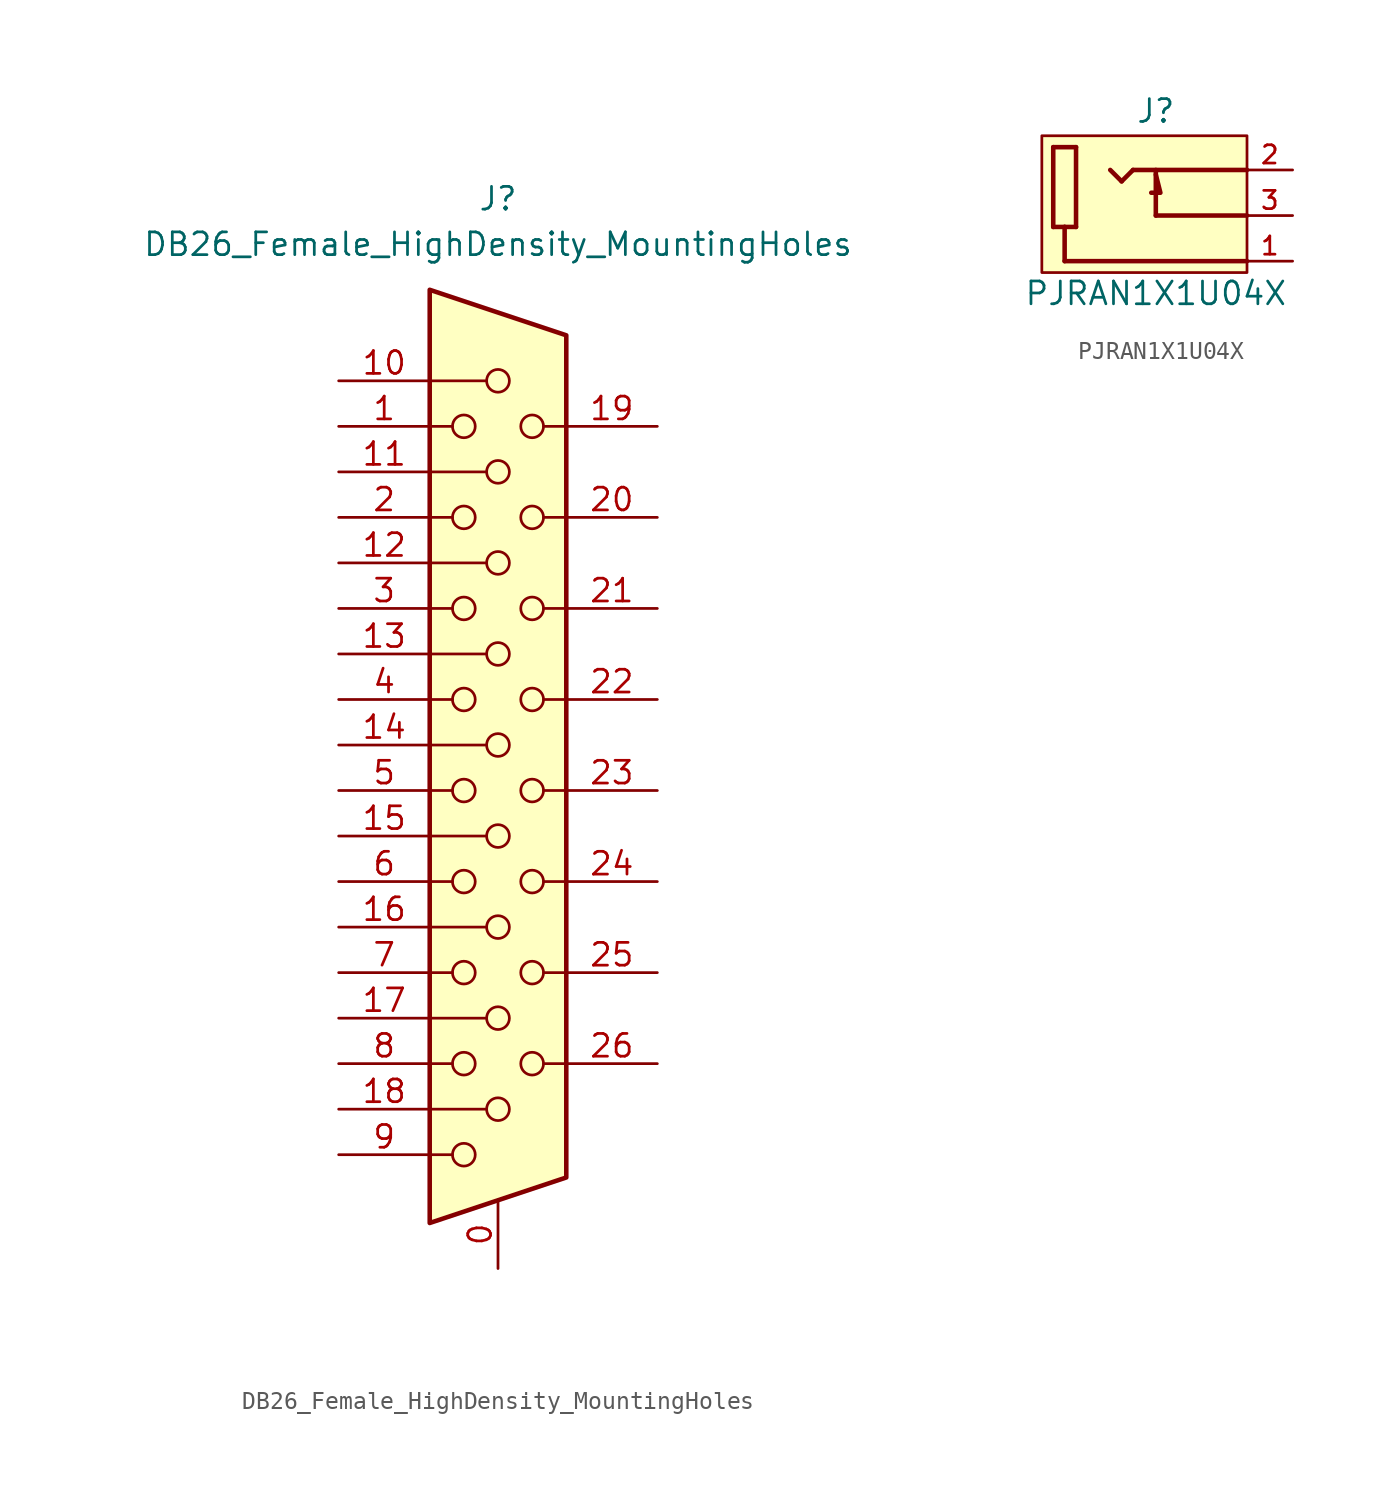
<source format=kicad_sym>
(kicad_symbol_lib
  (version 20220914)
  (generator kicad_symbol_editor)
  (symbol "DB26_Female_HighDensity_MountingHoles"
    (pin_names
      (offset 1.016) hide)
    (property "Reference" "J"
      (at 0 33.02 0)
      (effects (font (size 1.27 1.27))))
    (property "Value" "DB26_Female_HighDensity_MountingHoles"
      (at 0 30.48 0)
      (effects (font (size 1.27 1.27))))
    (symbol "DB26_Female_HighDensity_MountingHoles_0_1"
      (circle (center -1.905 -20.32) (radius 0.635) (stroke (width 0) (type default)) (fill (type none)))
      (circle (center -1.905 -15.24) (radius 0.635) (stroke (width 0) (type default)) (fill (type none)))
      (circle (center -1.905 -10.16) (radius 0.635) (stroke (width 0) (type default)) (fill (type none)))
      (circle (center -1.905 -5.08) (radius 0.635) (stroke (width 0) (type default)) (fill (type none)))
      (circle (center -1.905 0) (radius 0.635) (stroke (width 0) (type default)) (fill (type none)))
      (circle (center -1.905 5.08) (radius 0.635) (stroke (width 0) (type default)) (fill (type none)))
      (circle (center -1.905 10.16) (radius 0.635) (stroke (width 0) (type default)) (fill (type none)))
      (circle (center -1.905 15.24) (radius 0.635) (stroke (width 0) (type default)) (fill (type none)))
      (circle (center -1.905 20.32) (radius 0.635) (stroke (width 0) (type default)) (fill (type none)))
      (circle (center 0 -17.78) (radius 0.635) (stroke (width 0) (type default)) (fill (type none)))
      (circle (center 0 -12.7) (radius 0.635) (stroke (width 0) (type default)) (fill (type none)))
      (circle (center 0 -7.62) (radius 0.635) (stroke (width 0) (type default)) (fill (type none)))
      (circle (center 0 -2.54) (radius 0.635) (stroke (width 0) (type default)) (fill (type none)))
      (polyline (pts (xy -3.81 7.62) (xy -0.635 7.62)) (stroke (width 0) (type default)) (fill (type none)))
      (polyline (pts (xy -2.54 -20.32) (xy -3.81 -20.32)) (stroke (width 0) (type default)) (fill (type none)))
      (polyline (pts (xy -2.54 -15.24) (xy -3.81 -15.24)) (stroke (width 0) (type default)) (fill (type none)))
      (polyline (pts (xy -2.54 -10.16) (xy -3.81 -10.16)) (stroke (width 0) (type default)) (fill (type none)))
      (polyline (pts (xy -2.54 -5.08) (xy -3.81 -5.08)) (stroke (width 0) (type default)) (fill (type none)))
      (polyline (pts (xy -2.54 0) (xy -3.81 0)) (stroke (width 0) (type default)) (fill (type none)))
      (polyline (pts (xy -2.54 5.08) (xy -3.81 5.08)) (stroke (width 0) (type default)) (fill (type none)))
      (polyline (pts (xy -2.54 10.16) (xy -3.81 10.16)) (stroke (width 0) (type default)) (fill (type none)))
      (polyline (pts (xy -2.54 15.24) (xy -3.81 15.24)) (stroke (width 0) (type default)) (fill (type none)))
      (polyline (pts (xy -2.54 20.32) (xy -3.81 20.32)) (stroke (width 0) (type default)) (fill (type none)))
      (polyline (pts (xy -0.635 -17.78) (xy -3.81 -17.78)) (stroke (width 0) (type default)) (fill (type none)))
      (polyline (pts (xy -0.635 -12.7) (xy -3.81 -12.7)) (stroke (width 0) (type default)) (fill (type none)))
      (polyline (pts (xy -0.635 -7.62) (xy -3.81 -7.62)) (stroke (width 0) (type default)) (fill (type none)))
      (polyline (pts (xy -0.635 -2.54) (xy -3.81 -2.54)) (stroke (width 0) (type default)) (fill (type none)))
      (polyline (pts (xy -0.635 2.54) (xy -3.81 2.54)) (stroke (width 0) (type default)) (fill (type none)))
      (polyline (pts (xy -0.635 12.7) (xy -3.81 12.7)) (stroke (width 0) (type default)) (fill (type none)))
      (polyline (pts (xy -0.635 17.78) (xy -3.81 17.78)) (stroke (width 0) (type default)) (fill (type none)))
      (polyline (pts (xy -0.635 22.86) (xy -3.81 22.86)) (stroke (width 0) (type default)) (fill (type none)))
      (polyline (pts (xy 3.81 -15.24) (xy 2.54 -15.24)) (stroke (width 0) (type default)) (fill (type none)))
      (polyline (pts (xy 3.81 -10.16) (xy 2.54 -10.16)) (stroke (width 0) (type default)) (fill (type none)))
      (polyline (pts (xy 3.81 -5.08) (xy 2.54 -5.08)) (stroke (width 0) (type default)) (fill (type none)))
      (polyline (pts (xy 3.81 0) (xy 2.54 0)) (stroke (width 0) (type default)) (fill (type none)))
      (polyline (pts (xy 3.81 5.08) (xy 2.54 5.08)) (stroke (width 0) (type default)) (fill (type none)))
      (polyline (pts (xy 3.81 10.16) (xy 2.54 10.16)) (stroke (width 0) (type default)) (fill (type none)))
      (polyline (pts (xy 3.81 15.24) (xy 2.54 15.24)) (stroke (width 0) (type default)) (fill (type none)))
      (polyline (pts (xy 3.81 20.32) (xy 2.54 20.32)) (stroke (width 0) (type default)) (fill (type none)))
      (polyline (pts (xy -3.81 27.94) (xy -3.81 -24.13) (xy 3.81 -21.59) (xy 3.81 25.4) (xy -3.81 27.94)) (stroke (width 0.254) (type default)) (fill (type background)))
      (circle (center 0 2.54) (radius 0.635) (stroke (width 0) (type default)) (fill (type none)))
      (circle (center 0 7.62) (radius 0.635) (stroke (width 0) (type default)) (fill (type none)))
      (circle (center 0 12.7) (radius 0.635) (stroke (width 0) (type default)) (fill (type none)))
      (circle (center 0 17.78) (radius 0.635) (stroke (width 0) (type default)) (fill (type none)))
      (circle (center 0 22.86) (radius 0.635) (stroke (width 0) (type default)) (fill (type none)))
      (circle (center 1.905 -15.24) (radius 0.635) (stroke (width 0) (type default)) (fill (type none)))
      (circle (center 1.905 -10.16) (radius 0.635) (stroke (width 0) (type default)) (fill (type none)))
      (circle (center 1.905 -5.08) (radius 0.635) (stroke (width 0) (type default)) (fill (type none)))
      (circle (center 1.905 0) (radius 0.635) (stroke (width 0) (type default)) (fill (type none)))
      (circle (center 1.905 5.08) (radius 0.635) (stroke (width 0) (type default)) (fill (type none)))
      (circle (center 1.905 10.16) (radius 0.635) (stroke (width 0) (type default)) (fill (type none)))
      (circle (center 1.905 15.24) (radius 0.635) (stroke (width 0) (type default)) (fill (type none)))
      (circle (center 1.905 20.32) (radius 0.635) (stroke (width 0) (type default)) (fill (type none))))
    (symbol "DB26_Female_HighDensity_MountingHoles_1_1"
      (pin passive line (at 0 -26.67 90) (length 3.81) (name "~" (effects (font (size 1.27 1.27)))) (number "0" (effects (font (size 1.27 1.27)))))
      (pin passive line (at -8.89 20.32 0) (length 5.08) (name "~" (effects (font (size 1.27 1.27)))) (number "1" (effects (font (size 1.27 1.27)))))
      (pin passive line (at -8.89 22.86 0) (length 5.08) (name "~" (effects (font (size 1.27 1.27)))) (number "10" (effects (font (size 1.27 1.27)))))
      (pin passive line (at -8.89 17.78 0) (length 5.08) (name "~" (effects (font (size 1.27 1.27)))) (number "11" (effects (font (size 1.27 1.27)))))
      (pin passive line (at -8.89 12.7 0) (length 5.08) (name "~" (effects (font (size 1.27 1.27)))) (number "12" (effects (font (size 1.27 1.27)))))
      (pin passive line (at -8.89 7.62 0) (length 5.08) (name "~" (effects (font (size 1.27 1.27)))) (number "13" (effects (font (size 1.27 1.27)))))
      (pin passive line (at -8.89 2.54 0) (length 5.08) (name "~" (effects (font (size 1.27 1.27)))) (number "14" (effects (font (size 1.27 1.27)))))
      (pin passive line (at -8.89 -2.54 0) (length 5.08) (name "~" (effects (font (size 1.27 1.27)))) (number "15" (effects (font (size 1.27 1.27)))))
      (pin passive line (at -8.89 -7.62 0) (length 5.08) (name "~" (effects (font (size 1.27 1.27)))) (number "16" (effects (font (size 1.27 1.27)))))
      (pin passive line (at -8.89 -12.7 0) (length 5.08) (name "~" (effects (font (size 1.27 1.27)))) (number "17" (effects (font (size 1.27 1.27)))))
      (pin passive line (at -8.89 -17.78 0) (length 5.08) (name "~" (effects (font (size 1.27 1.27)))) (number "18" (effects (font (size 1.27 1.27)))))
      (pin passive line (at 8.89 20.32 180) (length 5.08) (name "~" (effects (font (size 1.27 1.27)))) (number "19" (effects (font (size 1.27 1.27)))))
      (pin passive line (at -8.89 15.24 0) (length 5.08) (name "~" (effects (font (size 1.27 1.27)))) (number "2" (effects (font (size 1.27 1.27)))))
      (pin passive line (at 8.89 15.24 180) (length 5.08) (name "~" (effects (font (size 1.27 1.27)))) (number "20" (effects (font (size 1.27 1.27)))))
      (pin passive line (at 8.89 10.16 180) (length 5.08) (name "~" (effects (font (size 1.27 1.27)))) (number "21" (effects (font (size 1.27 1.27)))))
      (pin passive line (at 8.89 5.08 180) (length 5.08) (name "~" (effects (font (size 1.27 1.27)))) (number "22" (effects (font (size 1.27 1.27)))))
      (pin passive line (at 8.89 0 180) (length 5.08) (name "~" (effects (font (size 1.27 1.27)))) (number "23" (effects (font (size 1.27 1.27)))))
      (pin passive line (at 8.89 -5.08 180) (length 5.08) (name "~" (effects (font (size 1.27 1.27)))) (number "24" (effects (font (size 1.27 1.27)))))
      (pin passive line (at 8.89 -10.16 180) (length 5.08) (name "~" (effects (font (size 1.27 1.27)))) (number "25" (effects (font (size 1.27 1.27)))))
      (pin passive line (at 8.89 -15.24 180) (length 5.08) (name "~" (effects (font (size 1.27 1.27)))) (number "26" (effects (font (size 1.27 1.27)))))
      (pin passive line (at -8.89 10.16 0) (length 5.08) (name "~" (effects (font (size 1.27 1.27)))) (number "3" (effects (font (size 1.27 1.27)))))
      (pin passive line (at -8.89 5.08 0) (length 5.08) (name "~" (effects (font (size 1.27 1.27)))) (number "4" (effects (font (size 1.27 1.27)))))
      (pin passive line (at -8.89 0 0) (length 5.08) (name "~" (effects (font (size 1.27 1.27)))) (number "5" (effects (font (size 1.27 1.27)))))
      (pin passive line (at -8.89 -5.08 0) (length 5.08) (name "~" (effects (font (size 1.27 1.27)))) (number "6" (effects (font (size 1.27 1.27)))))
      (pin passive line (at -8.89 -10.16 0) (length 5.08) (name "~" (effects (font (size 1.27 1.27)))) (number "7" (effects (font (size 1.27 1.27)))))
      (pin passive line (at -8.89 -15.24 0) (length 5.08) (name "~" (effects (font (size 1.27 1.27)))) (number "8" (effects (font (size 1.27 1.27)))))
      (pin passive line (at -8.89 -20.32 0) (length 5.08) (name "~" (effects (font (size 1.27 1.27)))) (number "9" (effects (font (size 1.27 1.27)))))))
  (symbol "PJRAN1X1U04X"
    (pin_names
      (offset 1.016) hide)
    (property "Reference" "J"
      (at 0 5.08 0)
      (effects (font (size 1.27 1.27)) (justify bottom)))
    (property "Value" "PJRAN1X1U04X"
      (at 0 -5.08 0)
      (effects (font (size 1.27 1.27)) (justify bottom)))
    (property "ki_locked" ""
      (at 0 0 0)
      (effects (font (size 1.27 1.27))))
    (symbol "PJRAN1X1U04X_0_0"
      (polyline (pts (xy -5.715 -0.635) (xy -5.08 -0.635)) (stroke (width 0.254) (type default)) (fill (type none)))
      (polyline (pts (xy -5.715 3.81) (xy -5.715 -0.635)) (stroke (width 0.254) (type default)) (fill (type none)))
      (polyline (pts (xy -5.08 -2.54) (xy -5.08 -0.635)) (stroke (width 0.254) (type default)) (fill (type none)))
      (polyline (pts (xy -5.08 -0.635) (xy -4.445 -0.635)) (stroke (width 0.254) (type default)) (fill (type none)))
      (polyline (pts (xy -4.445 -0.635) (xy -4.445 3.81)) (stroke (width 0.254) (type default)) (fill (type none)))
      (polyline (pts (xy -4.445 3.81) (xy -5.715 3.81)) (stroke (width 0.254) (type default)) (fill (type none)))
      (polyline (pts (xy -1.905 1.905) (xy -2.54 2.54)) (stroke (width 0.254) (type default)) (fill (type none)))
      (polyline (pts (xy -1.27 2.54) (xy -1.905 1.905)) (stroke (width 0.254) (type default)) (fill (type none)))
      (polyline (pts (xy 0 0) (xy 0 2.54)) (stroke (width 0.254) (type default)) (fill (type none)))
      (polyline (pts (xy 0 0) (xy 5.08 0)) (stroke (width 0.254) (type default)) (fill (type none)))
      (polyline (pts (xy 5.08 -2.54) (xy -5.08 -2.54)) (stroke (width 0.254) (type default)) (fill (type none)))
      (polyline (pts (xy 5.08 2.54) (xy -1.27 2.54)) (stroke (width 0.254) (type default)) (fill (type none)))
      (polyline (pts (xy 0 2.286) (xy 0.254 1.27) (xy -0.254 1.27)) (stroke (width 0.254) (type default)) (fill (type background)))
      (pin passive line (at 7.62 -2.54 180) (length 2.54) (name "~" (effects (font (size 1.016 1.016)))) (number "1" (effects (font (size 1.016 1.016)))))
      (pin passive line (at 7.62 2.54 180) (length 2.54) (name "~" (effects (font (size 1.016 1.016)))) (number "2" (effects (font (size 1.016 1.016)))))
      (pin passive line (at 7.62 0 180) (length 2.54) (name "~" (effects (font (size 1.016 1.016)))) (number "3" (effects (font (size 1.016 1.016))))))
    (symbol "PJRAN1X1U04X_1_1"
      (rectangle (start -6.35 4.445) (end 5.08 -3.175) (stroke (width 0) (type default)) (fill (type background))))))
</source>
